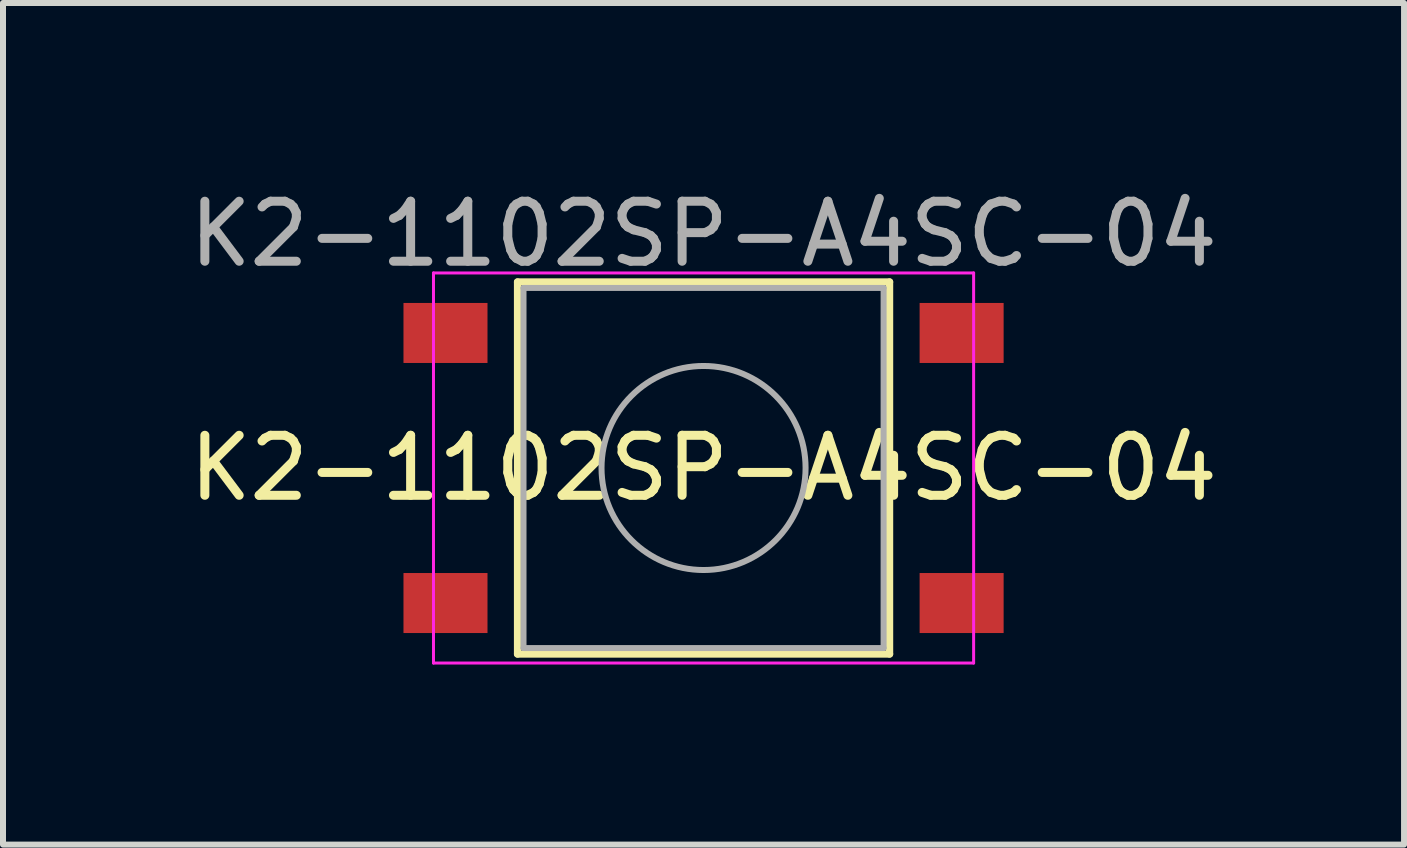
<source format=kicad_pcb>
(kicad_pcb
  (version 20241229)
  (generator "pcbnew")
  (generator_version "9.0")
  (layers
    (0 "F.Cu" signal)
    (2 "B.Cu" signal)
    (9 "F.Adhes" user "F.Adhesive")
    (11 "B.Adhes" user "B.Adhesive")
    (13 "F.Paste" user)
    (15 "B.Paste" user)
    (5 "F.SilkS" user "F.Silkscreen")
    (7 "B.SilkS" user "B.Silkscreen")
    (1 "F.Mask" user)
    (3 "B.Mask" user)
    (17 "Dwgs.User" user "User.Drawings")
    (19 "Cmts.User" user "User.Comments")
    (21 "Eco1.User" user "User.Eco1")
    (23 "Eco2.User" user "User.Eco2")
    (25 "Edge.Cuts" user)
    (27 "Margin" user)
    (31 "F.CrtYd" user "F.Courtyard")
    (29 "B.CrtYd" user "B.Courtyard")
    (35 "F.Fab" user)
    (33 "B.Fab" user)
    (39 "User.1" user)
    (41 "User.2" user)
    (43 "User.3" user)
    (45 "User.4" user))
  (footprint "K2-1102SP-A4SC-04"
    (layer "F.Cu")
    (at 8.673 4.748)
    (property "Reference" "K2-1102SP-A4SC-04" (at 0 0 0) (layer "F.SilkS") (effects (font (size 1 1) (thickness 0.15))))
    (attr smd)
    (fp_line (start -3.1 -3.1) (end 3.1 -3.1) (stroke (width 0.12) (type solid)) (layer "F.SilkS"))
    (fp_line (start -3.1 3.1) (end -3.1 -3.1) (stroke (width 0.12) (type solid)) (layer "F.SilkS"))
    (fp_line (start -3.1 3.1) (end 3.1 3.1) (stroke (width 0.12) (type solid)) (layer "F.SilkS"))
    (fp_line (start 3.1 -3.1) (end 3.1 3.1) (stroke (width 0.12) (type solid)) (layer "F.SilkS"))
    (fp_line (start -4.5 -3.25) (end 4.5 -3.25) (stroke (width 0.05) (type solid)) (layer "F.CrtYd"))
    (fp_line (start -4.5 3.25) (end -4.5 -3.25) (stroke (width 0.05) (type solid)) (layer "F.CrtYd"))
    (fp_line (start 4.5 -3.25) (end 4.5 3.25) (stroke (width 0.05) (type solid)) (layer "F.CrtYd"))
    (fp_line (start 4.5 3.25) (end -4.5 3.25) (stroke (width 0.05) (type solid)) (layer "F.CrtYd"))
    (fp_line (start -3 -3) (end 3 -3) (stroke (width 0.1) (type solid)) (layer "F.Fab"))
    (fp_line (start -3 3) (end -3 -3) (stroke (width 0.1) (type solid)) (layer "F.Fab"))
    (fp_line (start 3 -3) (end 3 3) (stroke (width 0.1) (type solid)) (layer "F.Fab"))
    (fp_line (start 3 3) (end -3 3) (stroke (width 0.1) (type solid)) (layer "F.Fab"))
    (fp_circle (center 0 0) (end 1.7 0) (stroke (width 0.1) (type solid)) (fill no) (layer "F.Fab"))
    (fp_text user "${REFERENCE}" (at 0 -3.9 0) (layer "F.Fab") (effects (font (size 1 1) (thickness 0.15))))
    (pad "1" smd rect (at -4.3 -2.25) (size 1.4 1) (layers "F.Cu" "F.Mask" "F.Paste"))
    (pad "1" smd rect (at 4.3 -2.25) (size 1.4 1) (layers "F.Cu" "F.Mask" "F.Paste"))
    (pad "2" smd rect (at -4.3 2.25) (size 1.4 1) (layers "F.Cu" "F.Mask" "F.Paste"))
    (pad "2" smd rect (at 4.3 2.25) (size 1.4 1) (layers "F.Cu" "F.Mask" "F.Paste")))
  (gr_rect
    (start -3 -3)
    (end 20.345 11.023)
    (stroke (width 0.1) (type default))
    (fill no)
    (layer "Edge.Cuts")))
</source>
